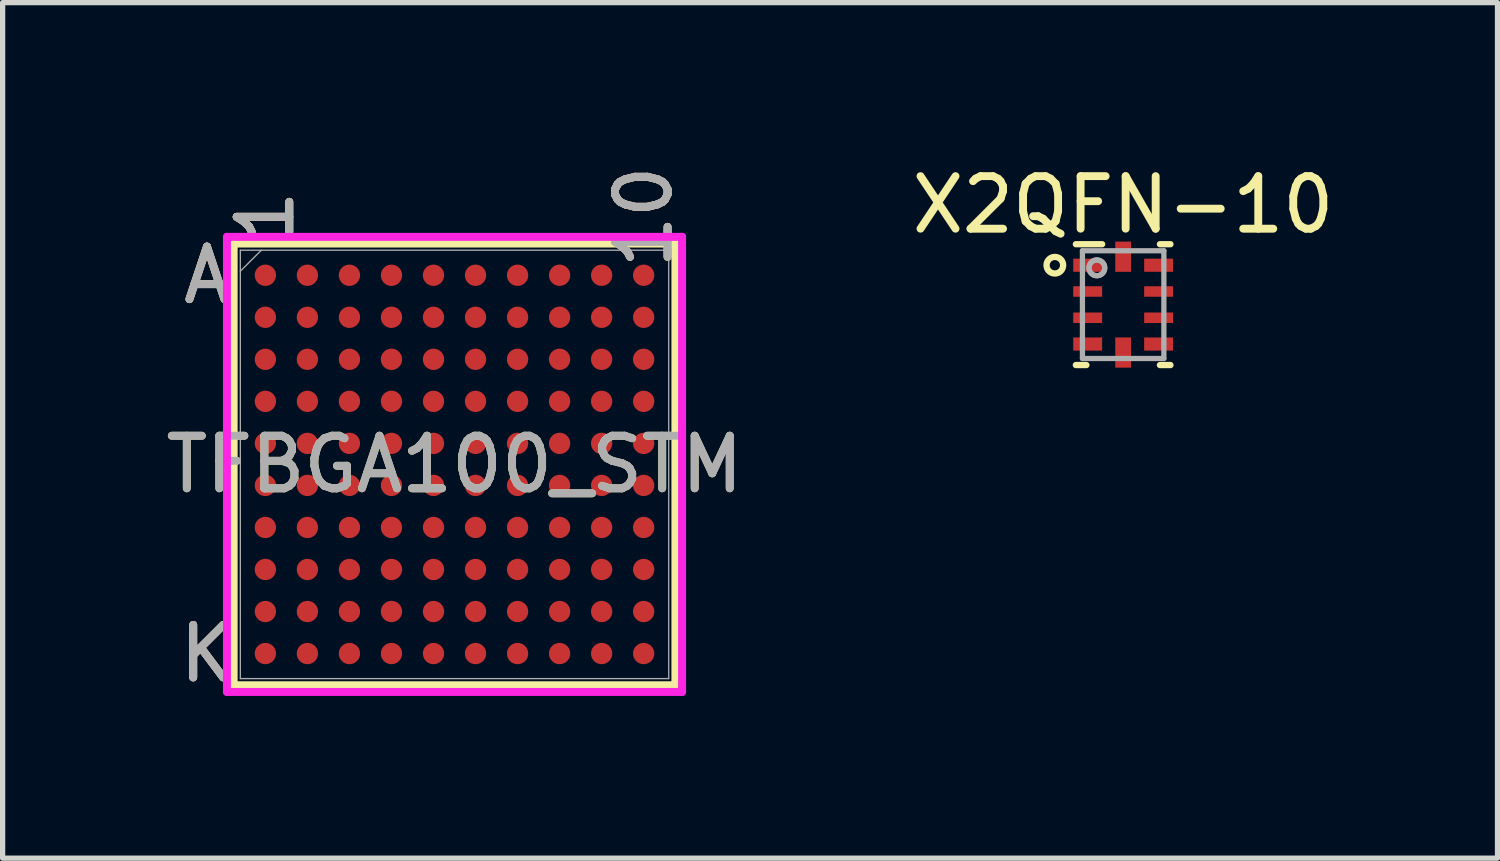
<source format=kicad_pcb>
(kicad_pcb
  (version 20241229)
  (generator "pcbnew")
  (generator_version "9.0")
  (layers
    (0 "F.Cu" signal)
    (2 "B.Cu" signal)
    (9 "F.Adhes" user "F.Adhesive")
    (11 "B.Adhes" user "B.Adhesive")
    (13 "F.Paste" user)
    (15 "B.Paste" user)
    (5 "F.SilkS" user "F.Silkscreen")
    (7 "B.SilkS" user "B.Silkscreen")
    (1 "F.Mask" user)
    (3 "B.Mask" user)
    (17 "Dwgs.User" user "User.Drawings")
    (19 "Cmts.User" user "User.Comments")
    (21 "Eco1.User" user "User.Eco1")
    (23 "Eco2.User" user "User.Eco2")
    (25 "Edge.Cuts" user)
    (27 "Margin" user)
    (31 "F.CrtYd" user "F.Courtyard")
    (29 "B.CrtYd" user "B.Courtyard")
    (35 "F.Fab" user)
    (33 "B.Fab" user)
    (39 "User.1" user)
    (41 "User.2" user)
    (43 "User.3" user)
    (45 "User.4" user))
  (footprint "TFBGA100_STM"
    (layer "F.Cu")
    (at 5.601 5.789)
    (property "Reference" "TFBGA100_STM" (at 0 0 0) (unlocked yes) (layer "F.SilkS") (effects (font (size 1 1) (thickness 0.15))))
    (attr smd)
    (fp_line (start -4.204 -4.204) (end -4.204 4.204) (stroke (width 0.152) (type solid)) (layer "F.SilkS"))
    (fp_line (start -4.204 4.204) (end 4.204 4.204) (stroke (width 0.152) (type solid)) (layer "F.SilkS"))
    (fp_line (start 4.204 -4.204) (end -4.204 -4.204) (stroke (width 0.152) (type solid)) (layer "F.SilkS"))
    (fp_line (start 4.204 4.204) (end 4.204 -4.204) (stroke (width 0.152) (type solid)) (layer "F.SilkS"))
    (fp_poly (pts (xy -4.444 -4.444) (xy 4.444 -4.444) (xy 4.444 4.444) (xy -4.444 4.444)) (stroke (width 0.1) (type solid)) (fill no) (layer "Eco2.User"))
    (fp_line (start -4.331 -4.331) (end 4.331 -4.331) (stroke (width 0.152) (type solid)) (layer "F.CrtYd"))
    (fp_line (start -4.331 4.331) (end -4.331 -4.331) (stroke (width 0.152) (type solid)) (layer "F.CrtYd"))
    (fp_line (start 4.331 -4.331) (end 4.331 4.331) (stroke (width 0.152) (type solid)) (layer "F.CrtYd"))
    (fp_line (start 4.331 4.331) (end -4.331 4.331) (stroke (width 0.152) (type solid)) (layer "F.CrtYd"))
    (fp_line (start -4.077 -4.077) (end -4.077 4.077) (stroke (width 0.025) (type solid)) (layer "F.Fab"))
    (fp_line (start -4.077 4.077) (end 4.077 4.077) (stroke (width 0.025) (type solid)) (layer "F.Fab"))
    (fp_line (start -3.677 -4.077) (end -4.077 -3.677) (stroke (width 0.025) (type solid)) (layer "F.Fab"))
    (fp_line (start 4.077 -4.077) (end -4.077 -4.077) (stroke (width 0.025) (type solid)) (layer "F.Fab"))
    (fp_line (start 4.077 4.077) (end 4.077 -4.077) (stroke (width 0.025) (type solid)) (layer "F.Fab"))
    (fp_text user "1" (at -3.6 -4.712 90) (unlocked yes) (layer "F.SilkS") (effects (font (size 1 1) (thickness 0.15))))
    (fp_text user "K" (at -4.712 3.6 0) (unlocked yes) (layer "F.SilkS") (effects (font (size 1 1) (thickness 0.15))))
    (fp_text user "A" (at -4.712 -3.6 0) (unlocked yes) (layer "F.SilkS") (effects (font (size 1 1) (thickness 0.15))))
    (fp_text user "10" (at 3.6 -4.712 90) (unlocked yes) (layer "F.SilkS") (effects (font (size 1 1) (thickness 0.15))))
    (fp_text user "1" (at -3.6 -4.712 90) (unlocked yes) (layer "B.SilkS") (effects (font (size 1 1) (thickness 0.15))))
    (fp_text user "A" (at -4.712 -3.6 0) (unlocked yes) (layer "B.SilkS") (effects (font (size 1 1) (thickness 0.15))))
    (fp_text user "10" (at 3.6 -4.712 90) (unlocked yes) (layer "B.SilkS") (effects (font (size 1 1) (thickness 0.15))))
    (fp_text user "K" (at -4.712 3.6 0) (unlocked yes) (layer "B.SilkS") (effects (font (size 1 1) (thickness 0.15))))
    (fp_text user "A" (at -4.712 -3.6 0) (unlocked yes) (layer "F.Fab") (effects (font (size 1 1) (thickness 0.15))))
    (fp_text user "10" (at 3.6 -4.712 90) (unlocked yes) (layer "F.Fab") (effects (font (size 1 1) (thickness 0.15))))
    (fp_text user "K" (at -4.712 3.6 0) (unlocked yes) (layer "F.Fab") (effects (font (size 1 1) (thickness 0.15))))
    (fp_text user "1" (at -3.6 -4.712 90) (unlocked yes) (layer "F.Fab") (effects (font (size 1 1) (thickness 0.15))))
    (fp_text user "${REFERENCE}" (at 0 0 0) (unlocked yes) (layer "F.Fab") (effects (font (size 1 1) (thickness 0.15))))
    (pad "A1" smd circle (at -3.6 -3.6) (size 0.406 0.406) (layers "F.Cu" "F.Mask" "F.Paste"))
    (pad "A2" smd circle (at -2.8 -3.6) (size 0.406 0.406) (layers "F.Cu" "F.Mask" "F.Paste"))
    (pad "A3" smd circle (at -2 -3.6) (size 0.406 0.406) (layers "F.Cu" "F.Mask" "F.Paste"))
    (pad "A4" smd circle (at -1.2 -3.6) (size 0.406 0.406) (layers "F.Cu" "F.Mask" "F.Paste"))
    (pad "A5" smd circle (at -0.4 -3.6) (size 0.406 0.406) (layers "F.Cu" "F.Mask" "F.Paste"))
    (pad "A6" smd circle (at 0.4 -3.6) (size 0.406 0.406) (layers "F.Cu" "F.Mask" "F.Paste"))
    (pad "A7" smd circle (at 1.2 -3.6) (size 0.406 0.406) (layers "F.Cu" "F.Mask" "F.Paste"))
    (pad "A8" smd circle (at 2 -3.6) (size 0.406 0.406) (layers "F.Cu" "F.Mask" "F.Paste"))
    (pad "A9" smd circle (at 2.8 -3.6) (size 0.406 0.406) (layers "F.Cu" "F.Mask" "F.Paste"))
    (pad "A10" smd circle (at 3.6 -3.6) (size 0.406 0.406) (layers "F.Cu" "F.Mask" "F.Paste"))
    (pad "B1" smd circle (at -3.6 -2.8) (size 0.406 0.406) (layers "F.Cu" "F.Mask" "F.Paste"))
    (pad "B2" smd circle (at -2.8 -2.8) (size 0.406 0.406) (layers "F.Cu" "F.Mask" "F.Paste"))
    (pad "B3" smd circle (at -2 -2.8) (size 0.406 0.406) (layers "F.Cu" "F.Mask" "F.Paste"))
    (pad "B4" smd circle (at -1.2 -2.8) (size 0.406 0.406) (layers "F.Cu" "F.Mask" "F.Paste"))
    (pad "B5" smd circle (at -0.4 -2.8) (size 0.406 0.406) (layers "F.Cu" "F.Mask" "F.Paste"))
    (pad "B6" smd circle (at 0.4 -2.8) (size 0.406 0.406) (layers "F.Cu" "F.Mask" "F.Paste"))
    (pad "B7" smd circle (at 1.2 -2.8) (size 0.406 0.406) (layers "F.Cu" "F.Mask" "F.Paste"))
    (pad "B8" smd circle (at 2 -2.8) (size 0.406 0.406) (layers "F.Cu" "F.Mask" "F.Paste"))
    (pad "B9" smd circle (at 2.8 -2.8) (size 0.406 0.406) (layers "F.Cu" "F.Mask" "F.Paste"))
    (pad "B10" smd circle (at 3.6 -2.8) (size 0.406 0.406) (layers "F.Cu" "F.Mask" "F.Paste"))
    (pad "C1" smd circle (at -3.6 -2) (size 0.406 0.406) (layers "F.Cu" "F.Mask" "F.Paste"))
    (pad "C2" smd circle (at -2.8 -2) (size 0.406 0.406) (layers "F.Cu" "F.Mask" "F.Paste"))
    (pad "C3" smd circle (at -2 -2) (size 0.406 0.406) (layers "F.Cu" "F.Mask" "F.Paste"))
    (pad "C4" smd circle (at -1.2 -2) (size 0.406 0.406) (layers "F.Cu" "F.Mask" "F.Paste"))
    (pad "C5" smd circle (at -0.4 -2) (size 0.406 0.406) (layers "F.Cu" "F.Mask" "F.Paste"))
    (pad "C6" smd circle (at 0.4 -2) (size 0.406 0.406) (layers "F.Cu" "F.Mask" "F.Paste"))
    (pad "C7" smd circle (at 1.2 -2) (size 0.406 0.406) (layers "F.Cu" "F.Mask" "F.Paste"))
    (pad "C8" smd circle (at 2 -2) (size 0.406 0.406) (layers "F.Cu" "F.Mask" "F.Paste"))
    (pad "C9" smd circle (at 2.8 -2) (size 0.406 0.406) (layers "F.Cu" "F.Mask" "F.Paste"))
    (pad "C10" smd circle (at 3.6 -2) (size 0.406 0.406) (layers "F.Cu" "F.Mask" "F.Paste"))
    (pad "D1" smd circle (at -3.6 -1.2) (size 0.406 0.406) (layers "F.Cu" "F.Mask" "F.Paste"))
    (pad "D2" smd circle (at -2.8 -1.2) (size 0.406 0.406) (layers "F.Cu" "F.Mask" "F.Paste"))
    (pad "D3" smd circle (at -2 -1.2) (size 0.406 0.406) (layers "F.Cu" "F.Mask" "F.Paste"))
    (pad "D4" smd circle (at -1.2 -1.2) (size 0.406 0.406) (layers "F.Cu" "F.Mask" "F.Paste"))
    (pad "D5" smd circle (at -0.4 -1.2) (size 0.406 0.406) (layers "F.Cu" "F.Mask" "F.Paste"))
    (pad "D6" smd circle (at 0.4 -1.2) (size 0.406 0.406) (layers "F.Cu" "F.Mask" "F.Paste"))
    (pad "D7" smd circle (at 1.2 -1.2) (size 0.406 0.406) (layers "F.Cu" "F.Mask" "F.Paste"))
    (pad "D8" smd circle (at 2 -1.2) (size 0.406 0.406) (layers "F.Cu" "F.Mask" "F.Paste"))
    (pad "D9" smd circle (at 2.8 -1.2) (size 0.406 0.406) (layers "F.Cu" "F.Mask" "F.Paste"))
    (pad "D10" smd circle (at 3.6 -1.2) (size 0.406 0.406) (layers "F.Cu" "F.Mask" "F.Paste"))
    (pad "E1" smd circle (at -3.6 -0.4) (size 0.406 0.406) (layers "F.Cu" "F.Mask" "F.Paste"))
    (pad "E2" smd circle (at -2.8 -0.4) (size 0.406 0.406) (layers "F.Cu" "F.Mask" "F.Paste"))
    (pad "E3" smd circle (at -2 -0.4) (size 0.406 0.406) (layers "F.Cu" "F.Mask" "F.Paste"))
    (pad "E4" smd circle (at -1.2 -0.4) (size 0.406 0.406) (layers "F.Cu" "F.Mask" "F.Paste"))
    (pad "E5" smd circle (at -0.4 -0.4) (size 0.406 0.406) (layers "F.Cu" "F.Mask" "F.Paste"))
    (pad "E6" smd circle (at 0.4 -0.4) (size 0.406 0.406) (layers "F.Cu" "F.Mask" "F.Paste"))
    (pad "E7" smd circle (at 1.2 -0.4) (size 0.406 0.406) (layers "F.Cu" "F.Mask" "F.Paste"))
    (pad "E8" smd circle (at 2 -0.4) (size 0.406 0.406) (layers "F.Cu" "F.Mask" "F.Paste"))
    (pad "E9" smd circle (at 2.8 -0.4) (size 0.406 0.406) (layers "F.Cu" "F.Mask" "F.Paste"))
    (pad "E10" smd circle (at 3.6 -0.4) (size 0.406 0.406) (layers "F.Cu" "F.Mask" "F.Paste"))
    (pad "F1" smd circle (at -3.6 0.4) (size 0.406 0.406) (layers "F.Cu" "F.Mask" "F.Paste"))
    (pad "F2" smd circle (at -2.8 0.4) (size 0.406 0.406) (layers "F.Cu" "F.Mask" "F.Paste"))
    (pad "F3" smd circle (at -2 0.4) (size 0.406 0.406) (layers "F.Cu" "F.Mask" "F.Paste"))
    (pad "F4" smd circle (at -1.2 0.4) (size 0.406 0.406) (layers "F.Cu" "F.Mask" "F.Paste"))
    (pad "F5" smd circle (at -0.4 0.4) (size 0.406 0.406) (layers "F.Cu" "F.Mask" "F.Paste"))
    (pad "F6" smd circle (at 0.4 0.4) (size 0.406 0.406) (layers "F.Cu" "F.Mask" "F.Paste"))
    (pad "F7" smd circle (at 1.2 0.4) (size 0.406 0.406) (layers "F.Cu" "F.Mask" "F.Paste"))
    (pad "F8" smd circle (at 2 0.4) (size 0.406 0.406) (layers "F.Cu" "F.Mask" "F.Paste"))
    (pad "F9" smd circle (at 2.8 0.4) (size 0.406 0.406) (layers "F.Cu" "F.Mask" "F.Paste"))
    (pad "F10" smd circle (at 3.6 0.4) (size 0.406 0.406) (layers "F.Cu" "F.Mask" "F.Paste"))
    (pad "G1" smd circle (at -3.6 1.2) (size 0.406 0.406) (layers "F.Cu" "F.Mask" "F.Paste"))
    (pad "G2" smd circle (at -2.8 1.2) (size 0.406 0.406) (layers "F.Cu" "F.Mask" "F.Paste"))
    (pad "G3" smd circle (at -2 1.2) (size 0.406 0.406) (layers "F.Cu" "F.Mask" "F.Paste"))
    (pad "G4" smd circle (at -1.2 1.2) (size 0.406 0.406) (layers "F.Cu" "F.Mask" "F.Paste"))
    (pad "G5" smd circle (at -0.4 1.2) (size 0.406 0.406) (layers "F.Cu" "F.Mask" "F.Paste"))
    (pad "G6" smd circle (at 0.4 1.2) (size 0.406 0.406) (layers "F.Cu" "F.Mask" "F.Paste"))
    (pad "G7" smd circle (at 1.2 1.2) (size 0.406 0.406) (layers "F.Cu" "F.Mask" "F.Paste"))
    (pad "G8" smd circle (at 2 1.2) (size 0.406 0.406) (layers "F.Cu" "F.Mask" "F.Paste"))
    (pad "G9" smd circle (at 2.8 1.2) (size 0.406 0.406) (layers "F.Cu" "F.Mask" "F.Paste"))
    (pad "G10" smd circle (at 3.6 1.2) (size 0.406 0.406) (layers "F.Cu" "F.Mask" "F.Paste"))
    (pad "H1" smd circle (at -3.6 2) (size 0.406 0.406) (layers "F.Cu" "F.Mask" "F.Paste"))
    (pad "H2" smd circle (at -2.8 2) (size 0.406 0.406) (layers "F.Cu" "F.Mask" "F.Paste"))
    (pad "H3" smd circle (at -2 2) (size 0.406 0.406) (layers "F.Cu" "F.Mask" "F.Paste"))
    (pad "H4" smd circle (at -1.2 2) (size 0.406 0.406) (layers "F.Cu" "F.Mask" "F.Paste"))
    (pad "H5" smd circle (at -0.4 2) (size 0.406 0.406) (layers "F.Cu" "F.Mask" "F.Paste"))
    (pad "H6" smd circle (at 0.4 2) (size 0.406 0.406) (layers "F.Cu" "F.Mask" "F.Paste"))
    (pad "H7" smd circle (at 1.2 2) (size 0.406 0.406) (layers "F.Cu" "F.Mask" "F.Paste"))
    (pad "H8" smd circle (at 2 2) (size 0.406 0.406) (layers "F.Cu" "F.Mask" "F.Paste"))
    (pad "H9" smd circle (at 2.8 2) (size 0.406 0.406) (layers "F.Cu" "F.Mask" "F.Paste"))
    (pad "H10" smd circle (at 3.6 2) (size 0.406 0.406) (layers "F.Cu" "F.Mask" "F.Paste"))
    (pad "J1" smd circle (at -3.6 2.8) (size 0.406 0.406) (layers "F.Cu" "F.Mask" "F.Paste"))
    (pad "J2" smd circle (at -2.8 2.8) (size 0.406 0.406) (layers "F.Cu" "F.Mask" "F.Paste"))
    (pad "J3" smd circle (at -2 2.8) (size 0.406 0.406) (layers "F.Cu" "F.Mask" "F.Paste"))
    (pad "J4" smd circle (at -1.2 2.8) (size 0.406 0.406) (layers "F.Cu" "F.Mask" "F.Paste"))
    (pad "J5" smd circle (at -0.4 2.8) (size 0.406 0.406) (layers "F.Cu" "F.Mask" "F.Paste"))
    (pad "J6" smd circle (at 0.4 2.8) (size 0.406 0.406) (layers "F.Cu" "F.Mask" "F.Paste"))
    (pad "J7" smd circle (at 1.2 2.8) (size 0.406 0.406) (layers "F.Cu" "F.Mask" "F.Paste"))
    (pad "J8" smd circle (at 2 2.8) (size 0.406 0.406) (layers "F.Cu" "F.Mask" "F.Paste"))
    (pad "J9" smd circle (at 2.8 2.8) (size 0.406 0.406) (layers "F.Cu" "F.Mask" "F.Paste"))
    (pad "J10" smd circle (at 3.6 2.8) (size 0.406 0.406) (layers "F.Cu" "F.Mask" "F.Paste"))
    (pad "K1" smd circle (at -3.6 3.6) (size 0.406 0.406) (layers "F.Cu" "F.Mask" "F.Paste"))
    (pad "K2" smd circle (at -2.8 3.6) (size 0.406 0.406) (layers "F.Cu" "F.Mask" "F.Paste"))
    (pad "K3" smd circle (at -2 3.6) (size 0.406 0.406) (layers "F.Cu" "F.Mask" "F.Paste"))
    (pad "K4" smd circle (at -1.2 3.6) (size 0.406 0.406) (layers "F.Cu" "F.Mask" "F.Paste"))
    (pad "K5" smd circle (at -0.4 3.6) (size 0.406 0.406) (layers "F.Cu" "F.Mask" "F.Paste"))
    (pad "K6" smd circle (at 0.4 3.6) (size 0.406 0.406) (layers "F.Cu" "F.Mask" "F.Paste"))
    (pad "K7" smd circle (at 1.2 3.6) (size 0.406 0.406) (layers "F.Cu" "F.Mask" "F.Paste"))
    (pad "K8" smd circle (at 2 3.6) (size 0.406 0.406) (layers "F.Cu" "F.Mask" "F.Paste"))
    (pad "K9" smd circle (at 2.8 3.6) (size 0.406 0.406) (layers "F.Cu" "F.Mask" "F.Paste"))
    (pad "K10" smd circle (at 3.6 3.6) (size 0.406 0.406) (layers "F.Cu" "F.Mask" "F.Paste")))
  (footprint "X2QFN-10"
    (layer "F.Cu")
    (at 18.327 2.748)
    (property "Reference" "X2QFN-10" (at 0 -1.9 0) (layer "F.SilkS") (effects (font (size 1 1) (thickness 0.15))))
    (attr through_hole)
    (fp_line (start -0.9 -1.15) (end -0.4 -1.15) (stroke (width 0.12) (type solid)) (layer "F.SilkS"))
    (fp_line (start -0.9 1.15) (end -0.7 1.15) (stroke (width 0.12) (type solid)) (layer "F.SilkS"))
    (fp_line (start 0.7 -1.15) (end 0.9 -1.15) (stroke (width 0.12) (type solid)) (layer "F.SilkS"))
    (fp_line (start 0.7 1.15) (end 0.9 1.15) (stroke (width 0.12) (type solid)) (layer "F.SilkS"))
    (fp_circle (center -1.3 -0.75) (end -1.45 -0.7) (stroke (width 0.12) (type solid)) (fill no) (layer "F.SilkS"))
    (fp_line (start -0.775 -1.025) (end 0.775 -1.025) (stroke (width 0.1) (type solid)) (layer "F.Fab"))
    (fp_line (start -0.775 1.025) (end -0.775 -1.025) (stroke (width 0.1) (type solid)) (layer "F.Fab"))
    (fp_line (start -0.775 1.025) (end 0.775 1.025) (stroke (width 0.1) (type solid)) (layer "F.Fab"))
    (fp_line (start 0.775 1.025) (end 0.775 -1.025) (stroke (width 0.1) (type solid)) (layer "F.Fab"))
    (fp_circle (center -0.5 -0.7) (end -0.35 -0.7) (stroke (width 0.1) (type solid)) (fill no) (layer "F.Fab"))
    (fp_circle (center -0.5 -0.7) (end -0.35 -0.7) (stroke (width 0.1) (type solid)) (fill no) (layer "F.Fab"))
    (pad "1" smd rect (at -0.675 -0.75 90) (size 0.25 0.55) (layers "F.Cu" "F.Mask" "F.Paste"))
    (pad "2" smd rect (at -0.675 -0.25 90) (size 0.2 0.55) (layers "F.Cu" "F.Mask" "F.Paste"))
    (pad "3" smd rect (at -0.675 0.25 90) (size 0.2 0.55) (layers "F.Cu" "F.Mask" "F.Paste"))
    (pad "4" smd rect (at -0.675 0.75 90) (size 0.25 0.55) (layers "F.Cu" "F.Mask" "F.Paste"))
    (pad "5" smd rect (at 0 0.912 90) (size 0.575 0.3) (layers "F.Cu" "F.Mask" "F.Paste"))
    (pad "6" smd rect (at 0.675 0.75 90) (size 0.25 0.55) (layers "F.Cu" "F.Mask" "F.Paste"))
    (pad "7" smd rect (at 0.675 0.25 90) (size 0.2 0.55) (layers "F.Cu" "F.Mask" "F.Paste"))
    (pad "8" smd rect (at 0.675 -0.25 90) (size 0.2 0.55) (layers "F.Cu" "F.Mask" "F.Paste"))
    (pad "9" smd rect (at 0.675 -0.75 90) (size 0.25 0.55) (layers "F.Cu" "F.Mask" "F.Paste"))
    (pad "10" smd rect (at 0 -0.912 90) (size 0.575 0.3) (layers "F.Cu" "F.Mask" "F.Paste")))
  (gr_rect
    (start -3 -3)
    (end 25.452 13.284)
    (stroke (width 0.1) (type default))
    (fill no)
    (layer "Edge.Cuts")))
</source>
